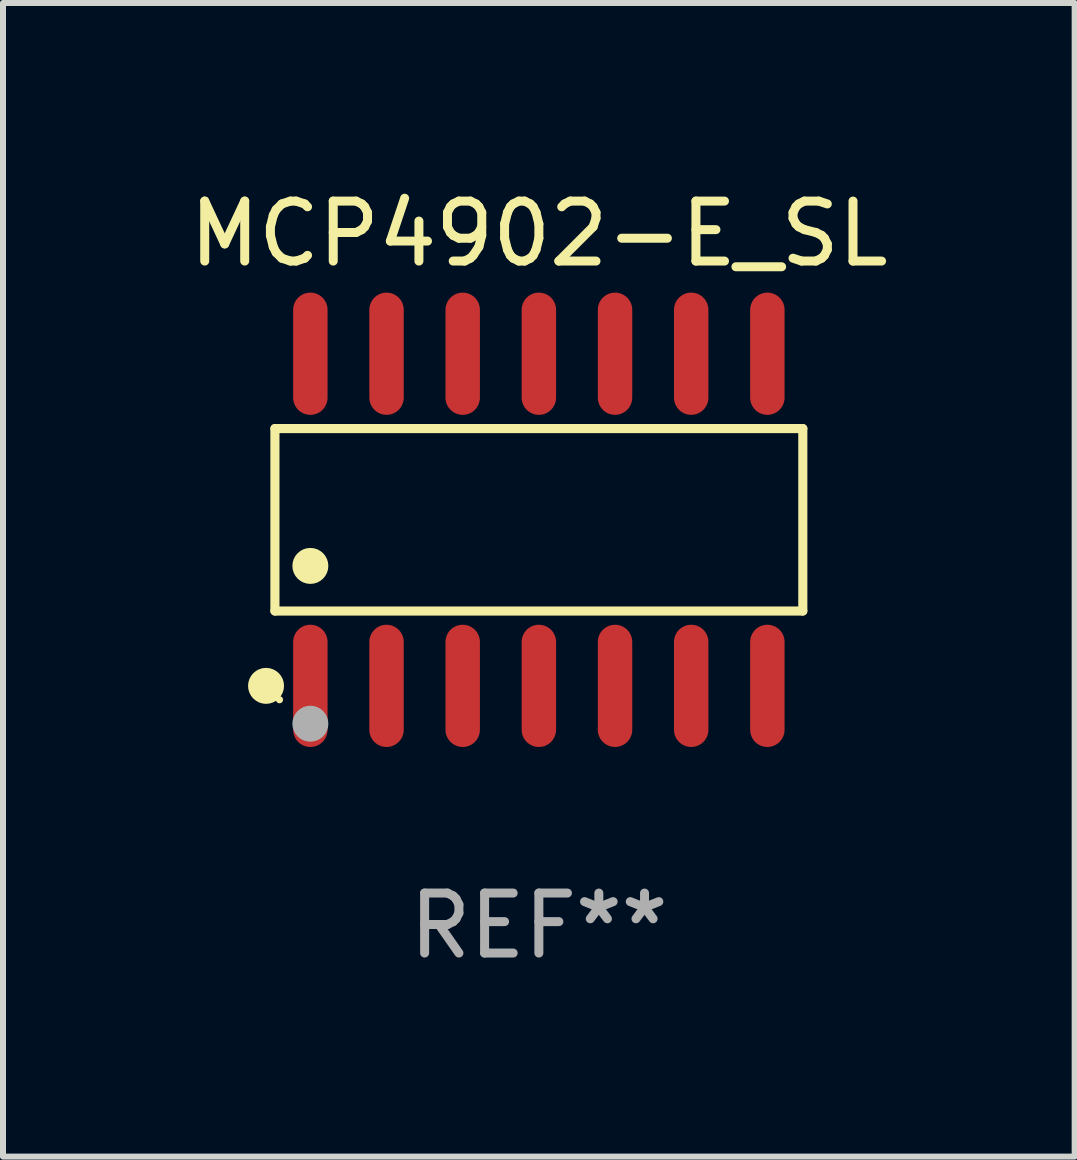
<source format=kicad_pcb>
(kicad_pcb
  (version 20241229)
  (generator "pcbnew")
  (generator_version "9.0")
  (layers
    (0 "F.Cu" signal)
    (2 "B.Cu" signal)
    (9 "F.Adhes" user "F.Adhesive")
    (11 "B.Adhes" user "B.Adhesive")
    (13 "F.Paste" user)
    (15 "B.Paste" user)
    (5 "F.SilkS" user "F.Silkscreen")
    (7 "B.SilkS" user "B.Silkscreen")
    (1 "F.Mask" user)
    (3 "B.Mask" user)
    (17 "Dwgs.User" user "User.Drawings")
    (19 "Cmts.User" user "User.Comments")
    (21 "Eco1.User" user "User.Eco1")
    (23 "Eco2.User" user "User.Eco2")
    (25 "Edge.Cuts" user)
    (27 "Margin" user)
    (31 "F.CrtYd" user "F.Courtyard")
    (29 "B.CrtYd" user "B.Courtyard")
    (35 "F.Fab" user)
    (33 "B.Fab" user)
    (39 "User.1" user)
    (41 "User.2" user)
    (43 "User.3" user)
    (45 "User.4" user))
  (footprint "MCP4902-E_SL"
    (layer "F.Cu")
    (at 5.935 5.617)
    (property "Reference" "MCP4902-E_SL" (at 0 -4.769 0) (layer "F.SilkS") (effects (font (size 1 1) (thickness 0.15))))
    (attr through_hole)
    (fp_line (start -4.401 -1.521) (end 4.401 -1.521) (stroke (width 0.152) (type solid)) (layer "F.SilkS"))
    (fp_line (start -4.401 1.521) (end -4.401 -1.521) (stroke (width 0.152) (type solid)) (layer "F.SilkS"))
    (fp_line (start 4.401 -1.521) (end 4.401 1.521) (stroke (width 0.152) (type solid)) (layer "F.SilkS"))
    (fp_line (start 4.401 1.521) (end -4.401 1.521) (stroke (width 0.152) (type solid)) (layer "F.SilkS"))
    (fp_circle (center -4.549 2.769) (end -4.399 2.769) (stroke (width 0.3) (type solid)) (fill no) (layer "F.SilkS"))
    (fp_circle (center -4.325 3) (end -4.295 3) (stroke (width 0.06) (type solid)) (fill no) (layer "F.SilkS"))
    (fp_circle (center -3.81 0.769) (end -3.66 0.769) (stroke (width 0.3) (type solid)) (fill no) (layer "F.SilkS"))
    (fp_circle (center -3.81 3.4) (end -3.66 3.4) (stroke (width 0.3) (type solid)) (fill no) (layer "F.Fab"))
    (fp_text user "REF**" (at 0 6.769 0) (layer "F.Fab") (effects (font (size 1 1) (thickness 0.15))))
    (pad "1" smd oval (at -3.81 2.769) (size 0.574 2.038) (layers "F.Cu" "F.Mask" "F.Paste"))
    (pad "2" smd oval (at -2.54 2.769) (size 0.574 2.038) (layers "F.Cu" "F.Mask" "F.Paste"))
    (pad "3" smd oval (at -1.27 2.769) (size 0.574 2.038) (layers "F.Cu" "F.Mask" "F.Paste"))
    (pad "4" smd oval (at 0 2.769) (size 0.574 2.038) (layers "F.Cu" "F.Mask" "F.Paste"))
    (pad "5" smd oval (at 1.27 2.769) (size 0.574 2.038) (layers "F.Cu" "F.Mask" "F.Paste"))
    (pad "6" smd oval (at 2.54 2.769) (size 0.574 2.038) (layers "F.Cu" "F.Mask" "F.Paste"))
    (pad "7" smd oval (at 3.81 2.769) (size 0.574 2.038) (layers "F.Cu" "F.Mask" "F.Paste"))
    (pad "8" smd oval (at 3.81 -2.769) (size 0.574 2.038) (layers "F.Cu" "F.Mask" "F.Paste"))
    (pad "9" smd oval (at 2.54 -2.769) (size 0.574 2.038) (layers "F.Cu" "F.Mask" "F.Paste"))
    (pad "10" smd oval (at 1.27 -2.769) (size 0.574 2.038) (layers "F.Cu" "F.Mask" "F.Paste"))
    (pad "11" smd oval (at 0 -2.769) (size 0.574 2.038) (layers "F.Cu" "F.Mask" "F.Paste"))
    (pad "12" smd oval (at -1.27 -2.769) (size 0.574 2.038) (layers "F.Cu" "F.Mask" "F.Paste"))
    (pad "13" smd oval (at -2.54 -2.769) (size 0.574 2.038) (layers "F.Cu" "F.Mask" "F.Paste"))
    (pad "14" smd oval (at -3.81 -2.769) (size 0.574 2.038) (layers "F.Cu" "F.Mask" "F.Paste")))
  (gr_rect
    (start -3 -3)
    (end 14.869 16.235)
    (stroke (width 0.1) (type default))
    (fill no)
    (layer "Edge.Cuts")))
</source>
